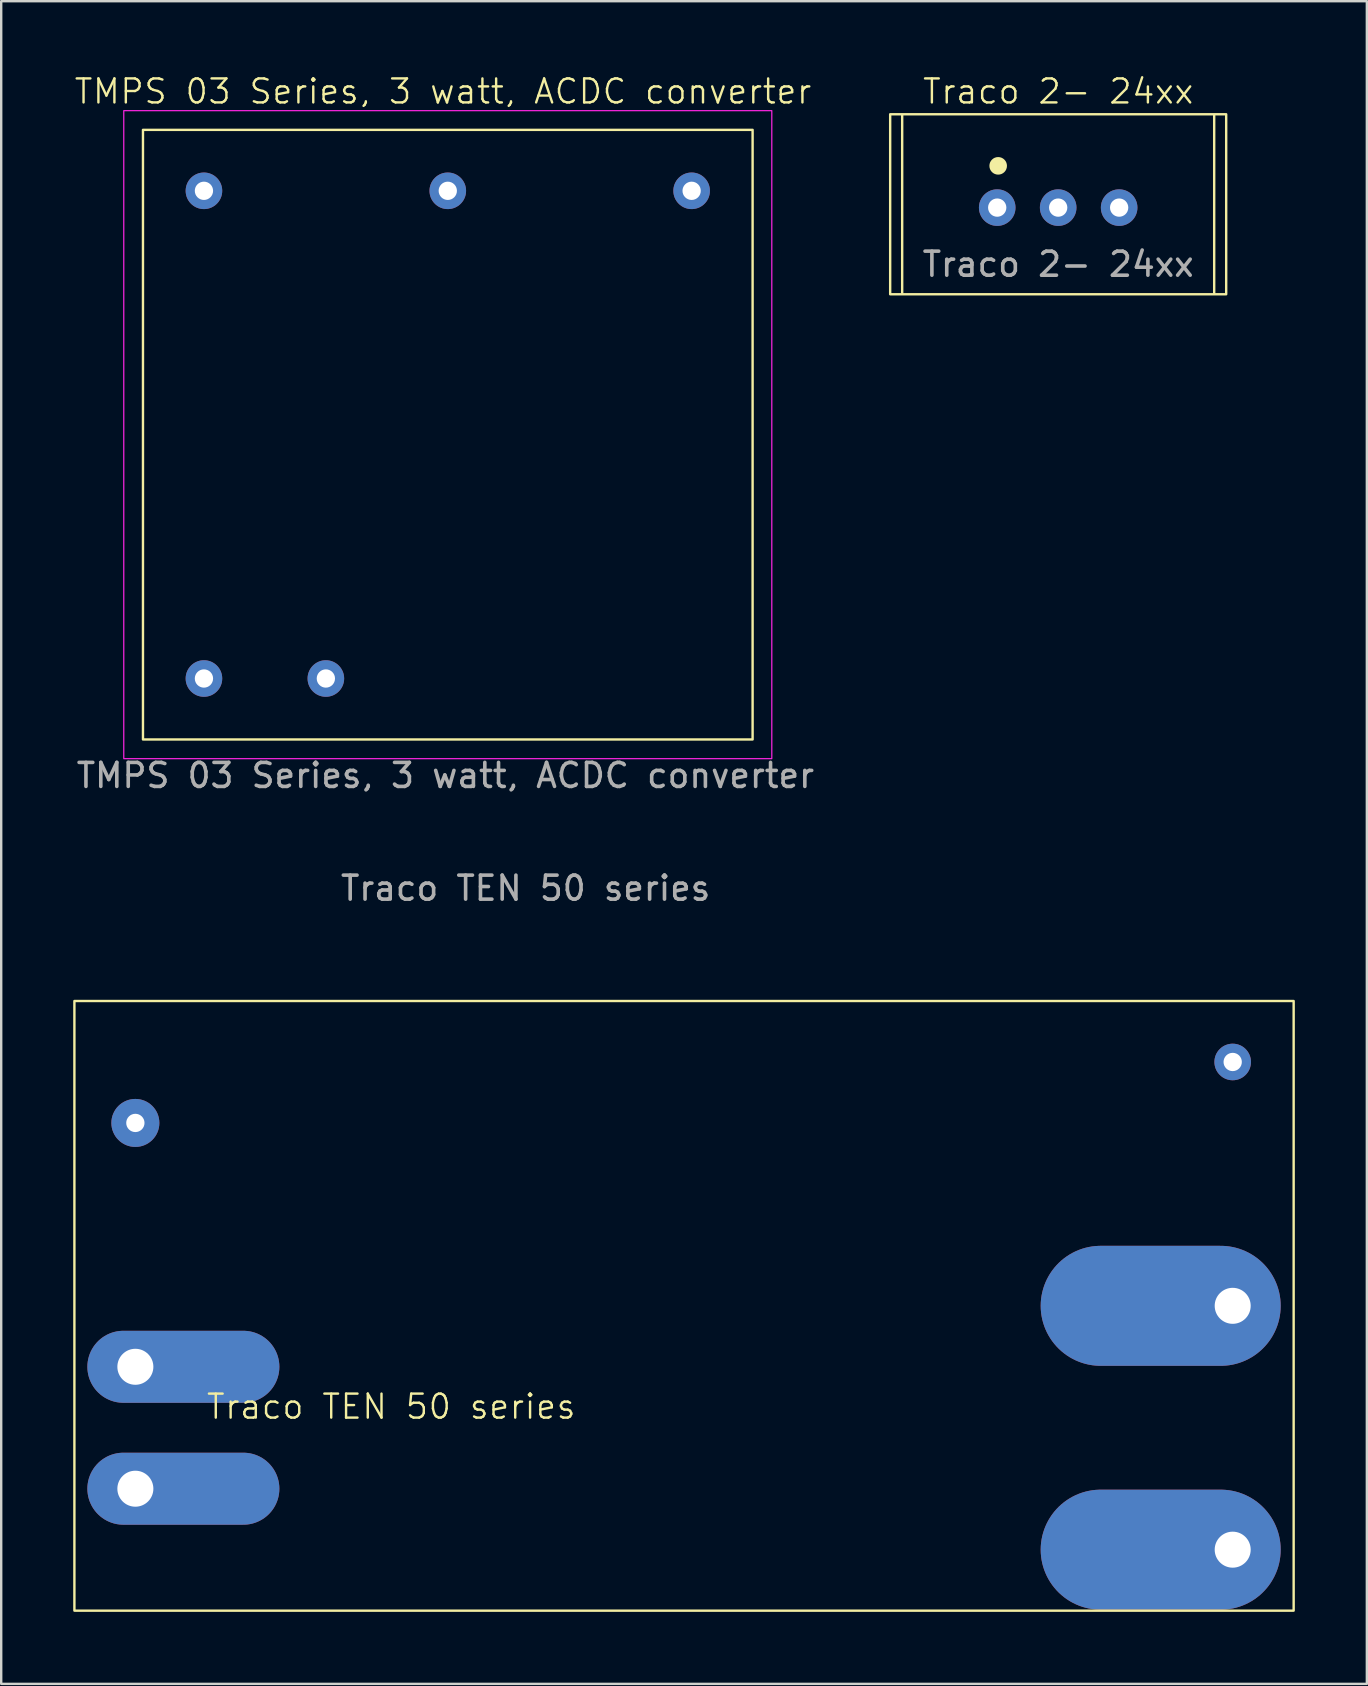
<source format=kicad_pcb>
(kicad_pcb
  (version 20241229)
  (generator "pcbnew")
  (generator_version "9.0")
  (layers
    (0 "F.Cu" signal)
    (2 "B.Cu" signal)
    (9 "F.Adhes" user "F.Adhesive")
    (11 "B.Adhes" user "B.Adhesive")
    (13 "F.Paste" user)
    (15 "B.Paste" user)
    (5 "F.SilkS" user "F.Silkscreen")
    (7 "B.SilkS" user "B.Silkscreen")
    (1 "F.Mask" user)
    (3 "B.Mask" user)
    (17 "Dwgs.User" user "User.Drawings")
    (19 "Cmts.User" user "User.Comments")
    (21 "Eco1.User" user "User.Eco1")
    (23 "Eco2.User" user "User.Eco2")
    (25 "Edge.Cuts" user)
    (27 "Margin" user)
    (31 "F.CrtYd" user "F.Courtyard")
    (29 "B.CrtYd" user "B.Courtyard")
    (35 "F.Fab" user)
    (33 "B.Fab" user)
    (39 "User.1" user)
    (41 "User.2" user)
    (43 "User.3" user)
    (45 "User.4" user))
  (footprint "Traco 2- 24xx"
    (layer "F.Cu")
    (at 41.039 5.46)
    (property "Reference" "Traco 2- 24xx" (at 0 -4.7 0) (unlocked yes) (layer "F.SilkS") (effects (font (size 1 1) (thickness 0.1))))
    (attr through_hole)
    (fp_line (start -6.5 3.7) (end -6.5 -3.7) (stroke (width 0.1) (type default)) (layer "F.SilkS"))
    (fp_line (start 6.5 3.7) (end 6.5 -3.7) (stroke (width 0.1) (type default)) (layer "F.SilkS"))
    (fp_rect (start -7 -3.75) (end 7 3.75) (stroke (width 0.1) (type default)) (fill no) (layer "F.SilkS"))
    (fp_circle (center -2.5 -1.6) (end -2.184 -1.6) (stroke (width 0.1) (type solid)) (fill yes) (layer "F.SilkS"))
    (fp_text user "${REFERENCE}" (at 0 2.5 0) (unlocked yes) (layer "F.Fab") (effects (font (size 1 1) (thickness 0.15))))
    (pad "1" thru_hole circle (at -2.54 0.14) (size 1.524 1.524) (drill 0.762) (layers "*.Cu" "*.Mask"))
    (pad "2" thru_hole circle (at 0 0.14) (size 1.524 1.524) (drill 0.762) (layers "*.Cu" "*.Mask"))
    (pad "3" thru_hole circle (at 2.54 0.14) (size 1.524 1.524) (drill 0.762) (layers "*.Cu" "*.Mask")))
  (footprint "TMPS 03 Series, 3 watt, ACDC converter"
    (layer "F.Cu")
    (at 15.607 15.06)
    (property "Reference" "TMPS 03 Series, 3 watt, ACDC converter" (at -0.2 -14.3 0) (unlocked yes) (layer "F.SilkS") (effects (font (size 1 1) (thickness 0.1))))
    (attr through_hole)
    (fp_rect (start -12.7 -12.7) (end 12.7 12.7) (stroke (width 0.1) (type default)) (fill no) (layer "F.SilkS"))
    (fp_rect (start -13.5 -13.5) (end 13.5 13.5) (stroke (width 0.05) (type default)) (fill no) (layer "F.CrtYd"))
    (fp_text user "${REFERENCE}" (at -0.1 14.2 0) (unlocked yes) (layer "F.Fab") (effects (font (size 1 1) (thickness 0.15))))
    (pad "1" thru_hole circle (at -10.16 10.16) (size 1.524 1.524) (drill 0.762) (layers "*.Cu" "*.Mask"))
    (pad "2" thru_hole circle (at -5.08 10.16) (size 1.524 1.524) (drill 0.762) (layers "*.Cu" "*.Mask"))
    (pad "3" thru_hole circle (at 10.16 -10.16) (size 1.524 1.524) (drill 0.762) (layers "*.Cu" "*.Mask"))
    (pad "4" thru_hole circle (at 0 -10.16) (size 1.524 1.524) (drill 0.762) (layers "*.Cu" "*.Mask"))
    (pad "5" thru_hole circle (at -10.16 -10.16) (size 1.524 1.524) (drill 0.762) (layers "*.Cu" "*.Mask")))
  (footprint "Traco TEN 50 series"
    (layer "F.Cu")
    (at 25.35 51.457)
    (property "Reference" "Traco TEN 50 series" (at -12.1 4.1 0) (unlocked yes) (layer "F.SilkS") (effects (font (size 1 1) (thickness 0.1))))
    (attr through_hole)
    (fp_rect (start -25.3 12.6) (end 25.5 -12.8) (stroke (width 0.1) (type default)) (fill no) (layer "F.SilkS"))
    (fp_text user "${REFERENCE}" (at -6.5 -17.5 0) (unlocked yes) (layer "F.Fab") (effects (font (size 1 1) (thickness 0.15))))
    (pad "1" thru_hole oval (at -22.76 7.52) (size 8 3) (drill 1.5 (offset 2 0)) (layers "*.Cu" "*.Mask"))
    (pad "2" thru_hole oval (at -22.76 2.44) (size 8 3) (drill 1.5 (offset 2 0)) (layers "*.Cu" "*.Mask"))
    (pad "3" thru_hole circle (at -22.76 -7.72) (size 2 2) (drill 0.762) (layers "*.Cu" "*.Mask"))
    (pad "4" thru_hole oval (at 22.96 10.06) (size 10 5) (drill 1.5 (offset -3 0)) (layers "*.Cu" "*.Mask"))
    (pad "5" thru_hole oval (at 22.96 -0.1) (size 10 5) (drill 1.5 (offset -3 0)) (layers "*.Cu" "*.Mask"))
    (pad "6" thru_hole circle (at 22.96 -10.26) (size 1.524 1.524) (drill 0.762) (layers "*.Cu" "*.Mask")))
  (gr_rect
    (start -3 -3)
    (end 53.9 67.107)
    (stroke (width 0.1) (type default))
    (fill no)
    (layer "Edge.Cuts")))
</source>
